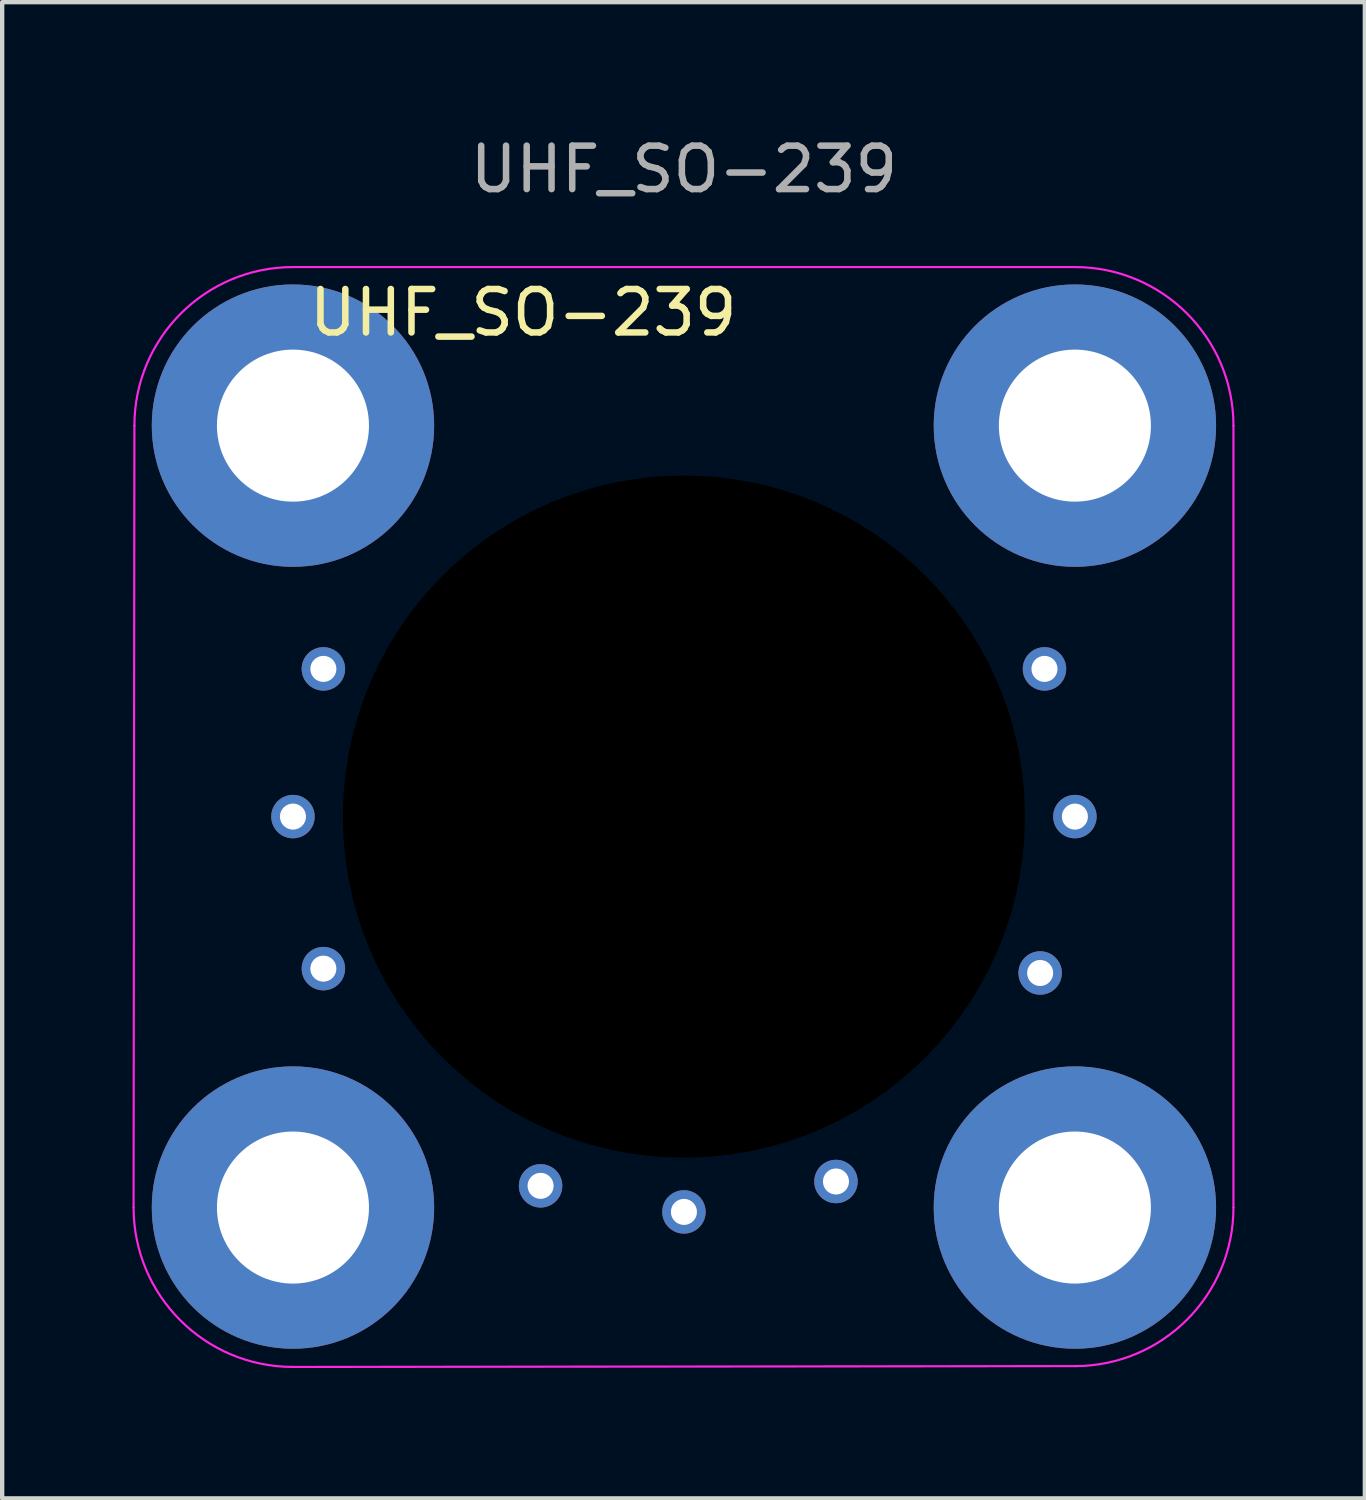
<source format=kicad_pcb>
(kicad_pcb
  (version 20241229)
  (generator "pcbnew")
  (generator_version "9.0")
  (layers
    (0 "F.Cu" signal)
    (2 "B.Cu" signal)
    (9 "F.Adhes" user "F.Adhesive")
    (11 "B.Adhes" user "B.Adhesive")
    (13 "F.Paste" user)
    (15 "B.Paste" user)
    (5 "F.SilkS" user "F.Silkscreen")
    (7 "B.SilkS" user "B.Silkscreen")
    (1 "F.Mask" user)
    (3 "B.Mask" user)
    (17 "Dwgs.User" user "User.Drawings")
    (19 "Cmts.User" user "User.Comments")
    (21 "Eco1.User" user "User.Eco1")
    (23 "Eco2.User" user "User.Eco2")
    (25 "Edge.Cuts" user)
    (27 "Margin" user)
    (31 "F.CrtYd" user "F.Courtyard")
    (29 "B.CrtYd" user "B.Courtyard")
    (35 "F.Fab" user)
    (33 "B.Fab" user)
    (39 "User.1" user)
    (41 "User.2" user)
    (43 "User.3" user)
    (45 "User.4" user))
  (footprint "UHF_SO-239"
    (layer "F.Cu")
    (at 12.694 15.748)
    (property "Reference" "UHF_SO-239" (at -3.7 -11.6 0) (layer "F.SilkS") (effects (font (size 1 1) (thickness 0.15))))
    (attr through_hole)
    (fp_line (start -12.669 8.996) (end -12.65 -9) (stroke (width 0.05) (type solid)) (layer "F.CrtYd"))
    (fp_line (start -9.019 12.669) (end 9 12.65) (stroke (width 0.05) (type solid)) (layer "F.CrtYd"))
    (fp_line (start -9 -12.65) (end 9 -12.65) (stroke (width 0.05) (type solid)) (layer "F.CrtYd"))
    (fp_line (start 12.65 9) (end 12.65 -9) (stroke (width 0.05) (type solid)) (layer "F.CrtYd"))
    (fp_arc (start -12.65 -9) (mid -11.58094 -11.58094) (end -9 -12.65) (stroke (width 0.05) (type default)) (layer "F.CrtYd"))
    (fp_arc (start -9 12.66904) (mid -11.594403 11.594403) (end -12.66904 9) (stroke (width 0.05) (type default)) (layer "F.CrtYd"))
    (fp_arc (start 9 -12.65) (mid 11.58094 -11.58094) (end 12.65 -9) (stroke (width 0.05) (type default)) (layer "F.CrtYd"))
    (fp_arc (start 12.65 9) (mid 11.58094 11.58094) (end 9 12.65) (stroke (width 0.05) (type default)) (layer "F.CrtYd"))
    (fp_text user "${REFERENCE}" (at 0 -14.9 0) (layer "F.Fab") (effects (font (size 1 1) (thickness 0.15))))
    (pad "" np_thru_hole circle (at 0 0) (size 16.8 16.8) (drill 15.7) (layers))
    (pad "2" thru_hole circle (at -9 -9) (size 6.5 6.5) (drill 3.5) (layers "*.Cu" "*.Mask"))
    (pad "2" thru_hole circle (at -9 0) (size 1 1) (drill 0.6) (layers "*.Cu" "*.Mask"))
    (pad "2" thru_hole circle (at -9 9) (size 6.5 6.5) (drill 3.5) (layers "*.Cu" "*.Mask"))
    (pad "2" thru_hole circle (at -8.3 -3.4) (size 1 1) (drill 0.6) (layers "*.Cu" "*.Mask"))
    (pad "2" thru_hole circle (at -8.3 3.5) (size 1 1) (drill 0.6) (layers "*.Cu" "*.Mask"))
    (pad "2" thru_hole circle (at -3.3 8.5) (size 1 1) (drill 0.6) (layers "*.Cu" "*.Mask"))
    (pad "2" thru_hole circle (at 0 9.1) (size 1 1) (drill 0.6) (layers "*.Cu" "*.Mask"))
    (pad "2" thru_hole circle (at 3.5 8.4) (size 1 1) (drill 0.6) (layers "*.Cu" "*.Mask"))
    (pad "2" thru_hole circle (at 8.2 3.6) (size 1 1) (drill 0.6) (layers "*.Cu" "*.Mask"))
    (pad "2" thru_hole circle (at 8.3 -3.4) (size 1 1) (drill 0.6) (layers "*.Cu" "*.Mask"))
    (pad "2" thru_hole circle (at 9 -9) (size 6.5 6.5) (drill 3.5) (layers "*.Cu" "*.Mask"))
    (pad "2" thru_hole circle (at 9 0) (size 1 1) (drill 0.6) (layers "*.Cu" "*.Mask"))
    (pad "2" thru_hole circle (at 9 9) (size 6.5 6.5) (drill 3.5) (layers "*.Cu" "*.Mask")))
  (gr_rect
    (start -3 -3)
    (end 28.369 31.442)
    (stroke (width 0.1) (type default))
    (fill no)
    (layer "Edge.Cuts")))
</source>
